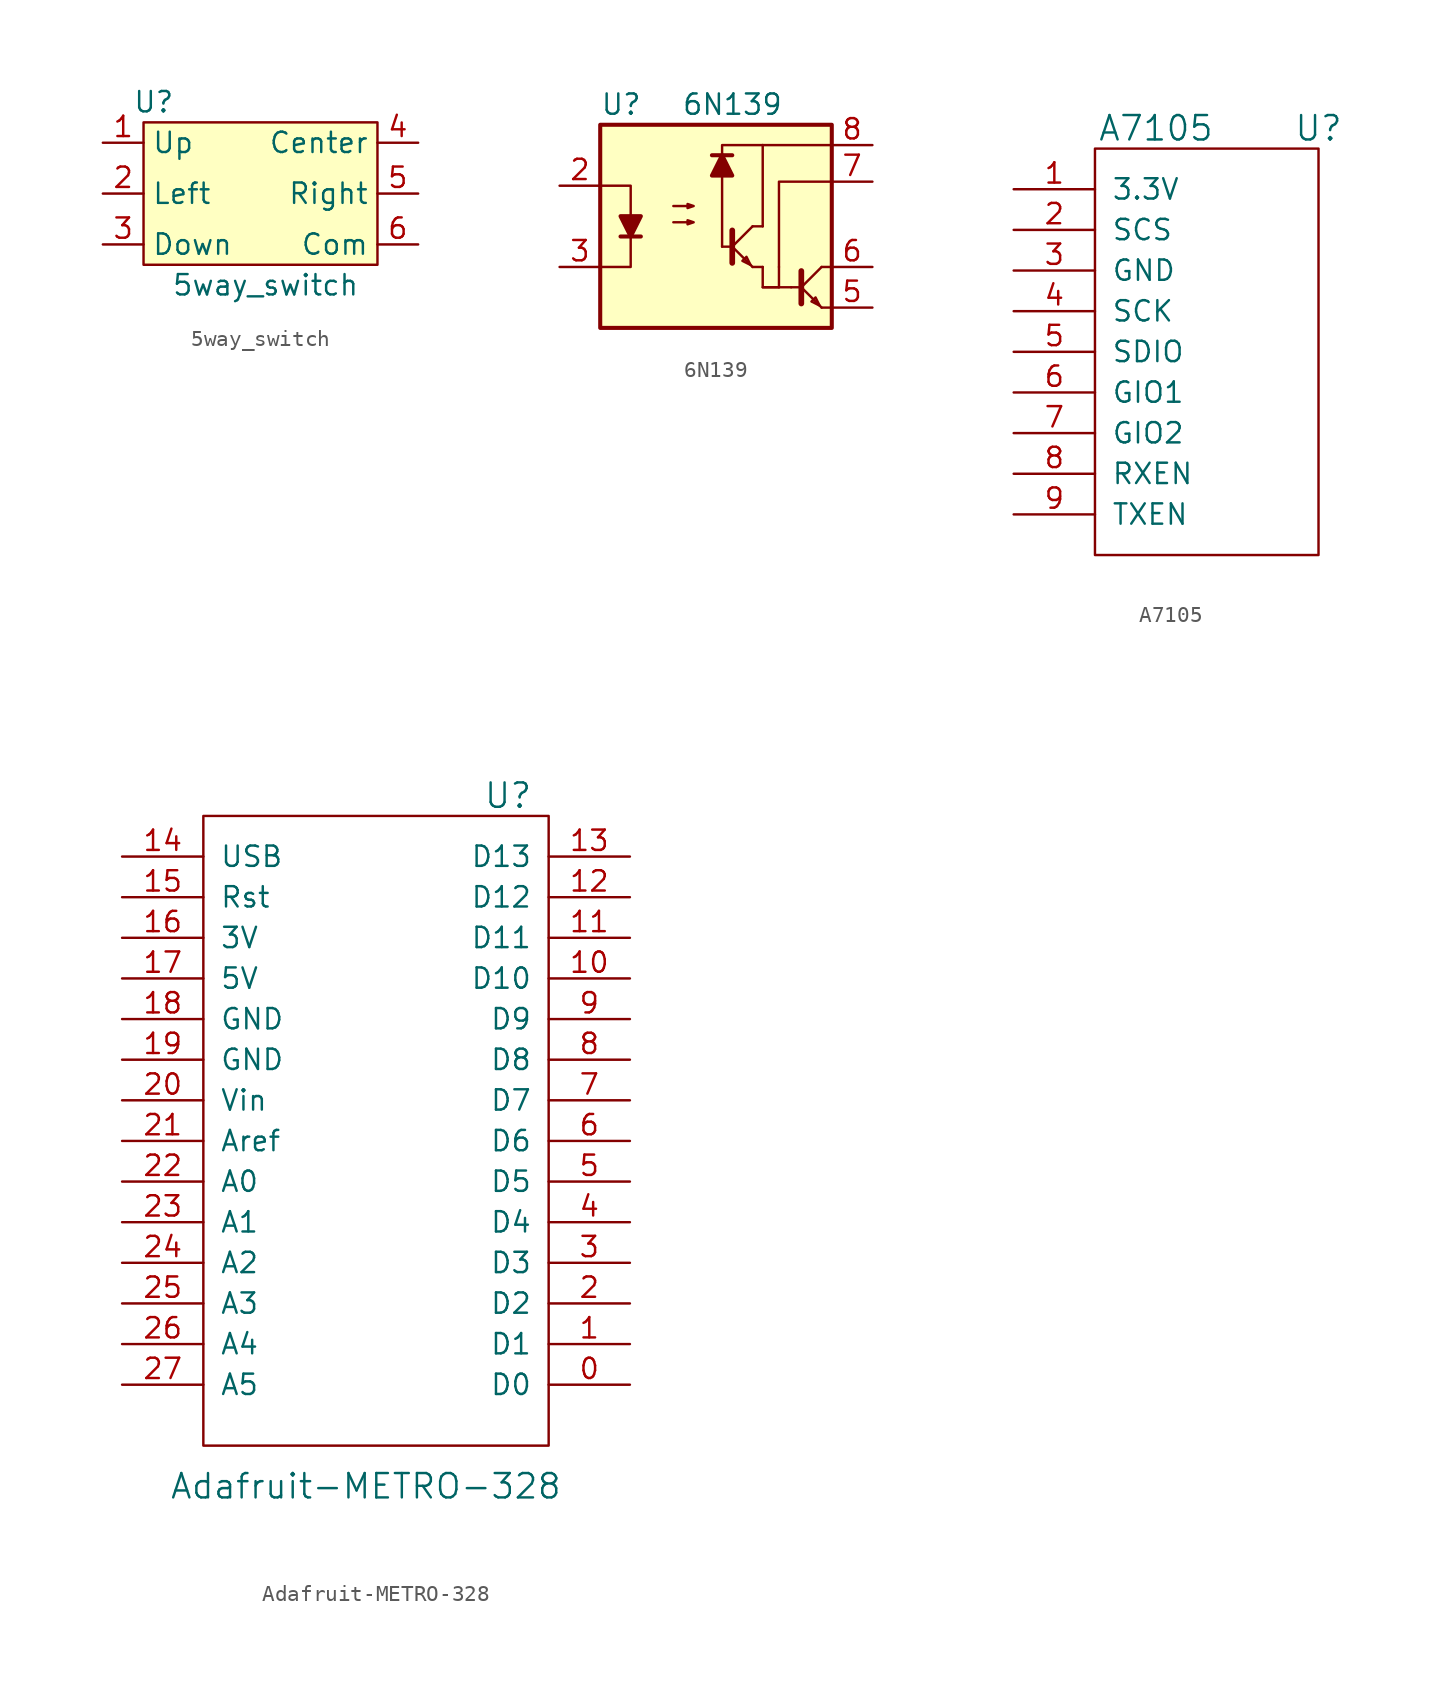
<source format=kicad_sym>
(kicad_symbol_lib
  (version 20211014)
  (generator kicad_symbol_editor)
  (symbol "5way_switch"
    (property "Reference" "U"
      (at -6.985 5.715 0)
      (effects (font (size 1.27 1.27))))
    (property "Value" "5way_switch"
      (at 0 -5.715 0)
      (effects (font (size 1.27 1.27))))
    (symbol "5way_switch_0_1"
      (rectangle (start -7.62 4.445) (end 6.985 -4.445) (stroke (width 0.152) (type default) (color 0 0 0 0)) (fill (type background))))
    (symbol "5way_switch_1_1"
      (pin input line (at -10.16 3.175 0) (length 2.54) (name "Up" (effects (font (size 1.27 1.27)))) (number "1" (effects (font (size 1.27 1.27)))))
      (pin input line (at -10.16 0 0) (length 2.54) (name "Left" (effects (font (size 1.27 1.27)))) (number "2" (effects (font (size 1.27 1.27)))))
      (pin input line (at -10.16 -3.175 0) (length 2.54) (name "Down" (effects (font (size 1.27 1.27)))) (number "3" (effects (font (size 1.27 1.27)))))
      (pin input line (at 9.525 3.175 180) (length 2.54) (name "Center" (effects (font (size 1.27 1.27)))) (number "4" (effects (font (size 1.27 1.27)))))
      (pin input line (at 9.525 0 180) (length 2.54) (name "Right" (effects (font (size 1.27 1.27)))) (number "5" (effects (font (size 1.27 1.27)))))
      (pin input line (at 9.525 -3.175 180) (length 2.54) (name "Com" (effects (font (size 1.27 1.27)))) (number "6" (effects (font (size 1.27 1.27)))))))
  (symbol "6N139"
    (pin_names
      (offset 1.016))
    (property "Reference" "U"
      (at -5.08 7.62 0)
      (effects (font (size 1.27 1.27)) (justify left)))
    (property "Value" "6N139"
      (at 0 7.62 0)
      (effects (font (size 1.27 1.27)) (justify left)))
    (symbol "6N139_0_1"
      (rectangle (start -5.08 6.35) (end 9.398 -6.35) (stroke (width 0.254) (type default) (color 0 0 0 0)) (fill (type background)))
      (polyline (pts (xy -3.81 -0.635) (xy -2.54 -0.635)) (stroke (width 0.254) (type default) (color 0 0 0 0)) (fill (type none)))
      (polyline (pts (xy 1.905 4.445) (xy 3.175 4.445)) (stroke (width 0.254) (type default) (color 0 0 0 0)) (fill (type none)))
      (polyline (pts (xy 3.048 -1.27) (xy 2.54 -1.27)) (stroke (width 0) (type default) (color 0 0 0 0)) (fill (type none)))
      (polyline (pts (xy 3.175 -0.254) (xy 3.175 -2.286)) (stroke (width 0.356) (type default) (color 0 0 0 0)) (fill (type none)))
      (polyline (pts (xy 3.302 -1.397) (xy 4.445 -2.54)) (stroke (width 0) (type default) (color 0 0 0 0)) (fill (type none)))
      (polyline (pts (xy 3.302 -1.143) (xy 4.445 0)) (stroke (width 0) (type default) (color 0 0 0 0)) (fill (type none)))
      (polyline (pts (xy 5.08 -3.81) (xy 6.858 -3.81)) (stroke (width 0) (type default) (color 0 0 0 0)) (fill (type none)))
      (polyline (pts (xy 5.08 -2.54) (xy 4.445 -2.54)) (stroke (width 0) (type default) (color 0 0 0 0)) (fill (type none)))
      (polyline (pts (xy 5.08 0) (xy 4.445 0)) (stroke (width 0) (type default) (color 0 0 0 0)) (fill (type none)))
      (polyline (pts (xy 5.08 0) (xy 5.08 5.08)) (stroke (width 0) (type default) (color 0 0 0 0)) (fill (type none)))
      (polyline (pts (xy 5.08 5.08) (xy 9.398 5.08)) (stroke (width 0) (type default) (color 0 0 0 0)) (fill (type none)))
      (polyline (pts (xy 6.096 -3.81) (xy 6.096 -2.54)) (stroke (width 0) (type default) (color 0 0 0 0)) (fill (type none)))
      (polyline (pts (xy 7.366 -3.81) (xy 6.858 -3.81)) (stroke (width 0) (type default) (color 0 0 0 0)) (fill (type none)))
      (polyline (pts (xy 7.493 -2.794) (xy 7.493 -4.826)) (stroke (width 0.356) (type default) (color 0 0 0 0)) (fill (type none)))
      (polyline (pts (xy 7.62 -3.937) (xy 8.763 -5.08)) (stroke (width 0) (type default) (color 0 0 0 0)) (fill (type none)))
      (polyline (pts (xy 7.62 -3.683) (xy 8.763 -2.54)) (stroke (width 0) (type default) (color 0 0 0 0)) (fill (type none)))
      (polyline (pts (xy 9.398 -5.08) (xy 8.763 -5.08)) (stroke (width 0) (type default) (color 0 0 0 0)) (fill (type none)))
      (polyline (pts (xy 9.398 -2.54) (xy 8.763 -2.54)) (stroke (width 0) (type default) (color 0 0 0 0)) (fill (type none)))
      (polyline (pts (xy 5.08 -2.54) (xy 5.08 -3.81) (xy 6.096 -3.81)) (stroke (width 0) (type default) (color 0 0 0 0)) (fill (type none)))
      (polyline (pts (xy 5.08 5.08) (xy 2.54 5.08) (xy 2.54 -1.27)) (stroke (width 0) (type default) (color 0 0 0 0)) (fill (type none)))
      (polyline (pts (xy 6.096 -2.54) (xy 6.096 2.794) (xy 9.398 2.794)) (stroke (width 0) (type default) (color 0 0 0 0)) (fill (type none)))
      (polyline (pts (xy -5.08 2.54) (xy -3.175 2.54) (xy -3.175 -2.54) (xy -5.08 -2.54)) (stroke (width 0) (type default) (color 0 0 0 0)) (fill (type none)))
      (polyline (pts (xy -3.175 -0.635) (xy -3.81 0.635) (xy -2.54 0.635) (xy -3.175 -0.635)) (stroke (width 0.254) (type default) (color 0 0 0 0)) (fill (type outline)))
      (polyline (pts (xy 2.54 4.445) (xy 1.905 3.175) (xy 3.175 3.175) (xy 2.54 4.445)) (stroke (width 0.254) (type default) (color 0 0 0 0)) (fill (type outline)))
      (polyline (pts (xy 4.318 -2.413) (xy 4.064 -1.905) (xy 3.81 -2.159) (xy 4.318 -2.413)) (stroke (width 0) (type default) (color 0 0 0 0)) (fill (type none)))
      (polyline (pts (xy 8.636 -4.953) (xy 8.382 -4.445) (xy 8.128 -4.699) (xy 8.636 -4.953)) (stroke (width 0) (type default) (color 0 0 0 0)) (fill (type none)))
      (polyline (pts (xy -0.508 0.254) (xy 0.762 0.254) (xy 0.381 0.127) (xy 0.381 0.381) (xy 0.762 0.254)) (stroke (width 0) (type default) (color 0 0 0 0)) (fill (type none)))
      (polyline (pts (xy -0.508 1.27) (xy 0.762 1.27) (xy 0.381 1.143) (xy 0.381 1.397) (xy 0.762 1.27)) (stroke (width 0) (type default) (color 0 0 0 0)) (fill (type none))))
    (symbol "6N139_1_1"
      (pin no_connect line (at -7.62 5.08 0) (length 2.54) hide (name "NC" (effects (font (size 1.27 1.27)))) (number "1" (effects (font (size 1.27 1.27)))))
      (pin passive line (at -7.62 2.54 0) (length 2.54) (name "~" (effects (font (size 1.27 1.27)))) (number "2" (effects (font (size 1.27 1.27)))))
      (pin passive line (at -7.62 -2.54 0) (length 2.54) (name "~" (effects (font (size 1.27 1.27)))) (number "3" (effects (font (size 1.27 1.27)))))
      (pin no_connect line (at -7.62 -5.08 0) (length 2.54) hide (name "NC" (effects (font (size 1.27 1.27)))) (number "4" (effects (font (size 1.27 1.27)))))
      (pin passive line (at 11.938 -5.08 180) (length 2.54) (name "~" (effects (font (size 1.27 1.27)))) (number "5" (effects (font (size 1.27 1.27)))))
      (pin passive line (at 11.938 -2.54 180) (length 2.54) (name "~" (effects (font (size 1.27 1.27)))) (number "6" (effects (font (size 1.27 1.27)))))
      (pin passive line (at 11.938 2.794 180) (length 2.54) (name "~" (effects (font (size 1.27 1.27)))) (number "7" (effects (font (size 1.27 1.27)))))
      (pin passive line (at 11.938 5.08 180) (length 2.54) (name "~" (effects (font (size 1.27 1.27)))) (number "8" (effects (font (size 1.27 1.27)))))))
  (symbol "A7105"
    (pin_names
      (offset 1.016))
    (property "Reference" "U"
      (at 6.35 12.7 0)
      (effects (font (size 1.524 1.524))))
    (property "Value" "A7105"
      (at -3.81 12.7 0)
      (effects (font (size 1.524 1.524))))
    (symbol "A7105_0_1"
      (rectangle (start 6.35 11.43) (end -7.62 -13.97) (stroke (width 0) (type default) (color 0 0 0 0)) (fill (type none))))
    (symbol "A7105_1_1"
      (pin input line (at -12.7 8.89 0) (length 5.08) (name "3.3V" (effects (font (size 1.27 1.27)))) (number "1" (effects (font (size 1.27 1.27)))))
      (pin input line (at -12.7 6.35 0) (length 5.08) (name "SCS" (effects (font (size 1.27 1.27)))) (number "2" (effects (font (size 1.27 1.27)))))
      (pin input line (at -12.7 3.81 0) (length 5.08) (name "GND" (effects (font (size 1.27 1.27)))) (number "3" (effects (font (size 1.27 1.27)))))
      (pin input line (at -12.7 1.27 0) (length 5.08) (name "SCK" (effects (font (size 1.27 1.27)))) (number "4" (effects (font (size 1.27 1.27)))))
      (pin input line (at -12.7 -1.27 0) (length 5.08) (name "SDIO" (effects (font (size 1.27 1.27)))) (number "5" (effects (font (size 1.27 1.27)))))
      (pin input line (at -12.7 -3.81 0) (length 5.08) (name "GIO1" (effects (font (size 1.27 1.27)))) (number "6" (effects (font (size 1.27 1.27)))))
      (pin input line (at -12.7 -6.35 0) (length 5.08) (name "GIO2" (effects (font (size 1.27 1.27)))) (number "7" (effects (font (size 1.27 1.27)))))
      (pin input line (at -12.7 -8.89 0) (length 5.08) (name "RXEN" (effects (font (size 1.27 1.27)))) (number "8" (effects (font (size 1.27 1.27)))))
      (pin input line (at -12.7 -11.43 0) (length 5.08) (name "TXEN" (effects (font (size 1.27 1.27)))) (number "9" (effects (font (size 1.27 1.27)))))))
  (symbol "Adafruit-METRO-328"
    (pin_names
      (offset 1.016))
    (property "Reference" "U"
      (at 7.62 25.4 0)
      (effects (font (size 1.524 1.524))))
    (property "Value" "Adafruit-METRO-328"
      (at -1.27 -17.78 0)
      (effects (font (size 1.524 1.524))))
    (symbol "Adafruit-METRO-328_0_1"
      (rectangle (start 10.16 -15.24) (end -11.43 24.13) (stroke (width 0) (type default) (color 0 0 0 0)) (fill (type none))))
    (symbol "Adafruit-METRO-328_1_1"
      (pin input line (at 15.24 -11.43 180) (length 5.08) (name "D0" (effects (font (size 1.27 1.27)))) (number "0" (effects (font (size 1.27 1.27)))))
      (pin input line (at 15.24 -8.89 180) (length 5.08) (name "D1" (effects (font (size 1.27 1.27)))) (number "1" (effects (font (size 1.27 1.27)))))
      (pin input line (at 15.24 13.97 180) (length 5.08) (name "D10" (effects (font (size 1.27 1.27)))) (number "10" (effects (font (size 1.27 1.27)))))
      (pin input line (at 15.24 16.51 180) (length 5.08) (name "D11" (effects (font (size 1.27 1.27)))) (number "11" (effects (font (size 1.27 1.27)))))
      (pin input line (at 15.24 19.05 180) (length 5.08) (name "D12" (effects (font (size 1.27 1.27)))) (number "12" (effects (font (size 1.27 1.27)))))
      (pin input line (at 15.24 21.59 180) (length 5.08) (name "D13" (effects (font (size 1.27 1.27)))) (number "13" (effects (font (size 1.27 1.27)))))
      (pin input line (at -16.51 21.59 0) (length 5.08) (name "USB" (effects (font (size 1.27 1.27)))) (number "14" (effects (font (size 1.27 1.27)))))
      (pin input line (at -16.51 19.05 0) (length 5.08) (name "Rst" (effects (font (size 1.27 1.27)))) (number "15" (effects (font (size 1.27 1.27)))))
      (pin input line (at -16.51 16.51 0) (length 5.08) (name "3V" (effects (font (size 1.27 1.27)))) (number "16" (effects (font (size 1.27 1.27)))))
      (pin input line (at -16.51 13.97 0) (length 5.08) (name "5V" (effects (font (size 1.27 1.27)))) (number "17" (effects (font (size 1.27 1.27)))))
      (pin input line (at -16.51 11.43 0) (length 5.08) (name "GND" (effects (font (size 1.27 1.27)))) (number "18" (effects (font (size 1.27 1.27)))))
      (pin input line (at -16.51 8.89 0) (length 5.08) (name "GND" (effects (font (size 1.27 1.27)))) (number "19" (effects (font (size 1.27 1.27)))))
      (pin input line (at 15.24 -6.35 180) (length 5.08) (name "D2" (effects (font (size 1.27 1.27)))) (number "2" (effects (font (size 1.27 1.27)))))
      (pin input line (at -16.51 6.35 0) (length 5.08) (name "Vin" (effects (font (size 1.27 1.27)))) (number "20" (effects (font (size 1.27 1.27)))))
      (pin input line (at -16.51 3.81 0) (length 5.08) (name "Aref" (effects (font (size 1.27 1.27)))) (number "21" (effects (font (size 1.27 1.27)))))
      (pin input line (at -16.51 1.27 0) (length 5.08) (name "A0" (effects (font (size 1.27 1.27)))) (number "22" (effects (font (size 1.27 1.27)))))
      (pin input line (at -16.51 -1.27 0) (length 5.08) (name "A1" (effects (font (size 1.27 1.27)))) (number "23" (effects (font (size 1.27 1.27)))))
      (pin input line (at -16.51 -3.81 0) (length 5.08) (name "A2" (effects (font (size 1.27 1.27)))) (number "24" (effects (font (size 1.27 1.27)))))
      (pin input line (at -16.51 -6.35 0) (length 5.08) (name "A3" (effects (font (size 1.27 1.27)))) (number "25" (effects (font (size 1.27 1.27)))))
      (pin input line (at -16.51 -8.89 0) (length 5.08) (name "A4" (effects (font (size 1.27 1.27)))) (number "26" (effects (font (size 1.27 1.27)))))
      (pin input line (at -16.51 -11.43 0) (length 5.08) (name "A5" (effects (font (size 1.27 1.27)))) (number "27" (effects (font (size 1.27 1.27)))))
      (pin input line (at 15.24 -3.81 180) (length 5.08) (name "D3" (effects (font (size 1.27 1.27)))) (number "3" (effects (font (size 1.27 1.27)))))
      (pin input line (at 15.24 -1.27 180) (length 5.08) (name "D4" (effects (font (size 1.27 1.27)))) (number "4" (effects (font (size 1.27 1.27)))))
      (pin input line (at 15.24 1.27 180) (length 5.08) (name "D5" (effects (font (size 1.27 1.27)))) (number "5" (effects (font (size 1.27 1.27)))))
      (pin input line (at 15.24 3.81 180) (length 5.08) (name "D6" (effects (font (size 1.27 1.27)))) (number "6" (effects (font (size 1.27 1.27)))))
      (pin input line (at 15.24 6.35 180) (length 5.08) (name "D7" (effects (font (size 1.27 1.27)))) (number "7" (effects (font (size 1.27 1.27)))))
      (pin input line (at 15.24 8.89 180) (length 5.08) (name "D8" (effects (font (size 1.27 1.27)))) (number "8" (effects (font (size 1.27 1.27)))))
      (pin input line (at 15.24 11.43 180) (length 5.08) (name "D9" (effects (font (size 1.27 1.27)))) (number "9" (effects (font (size 1.27 1.27))))))))
</source>
